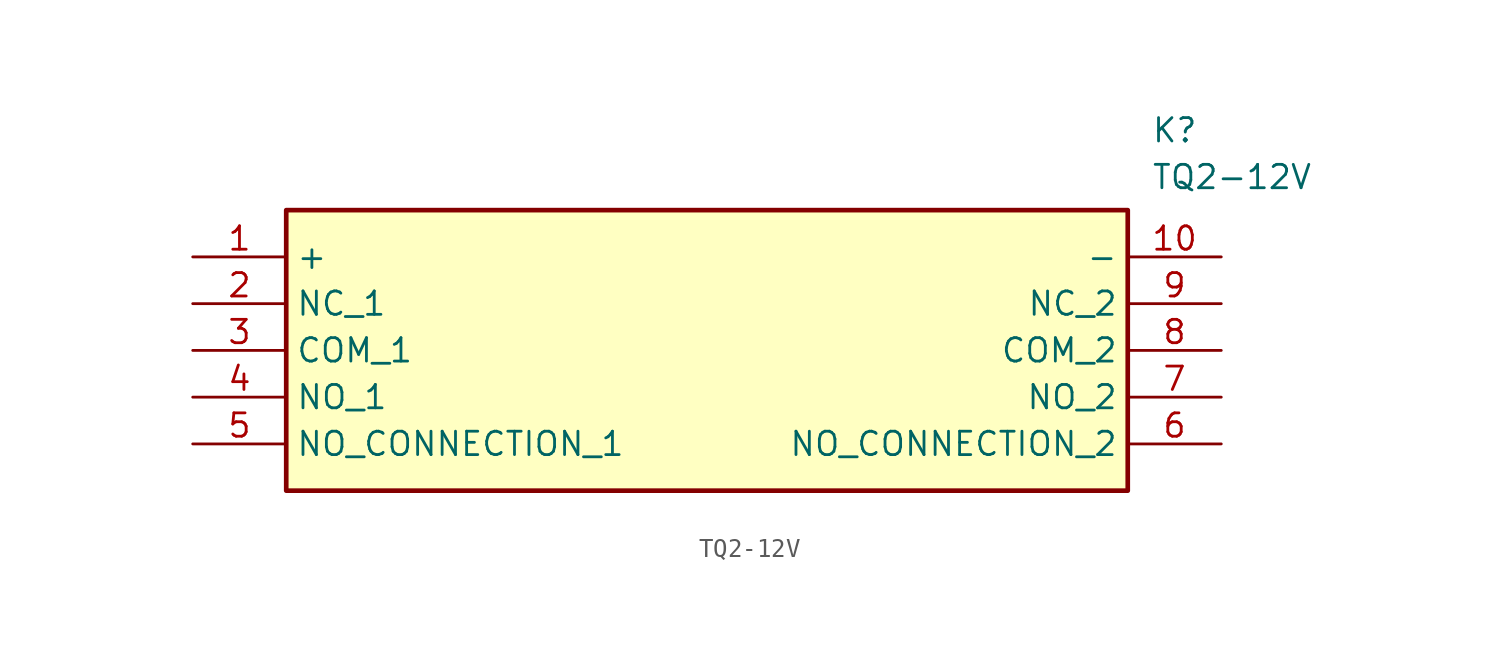
<source format=kicad_sym>
(kicad_symbol_lib
  (version 20211014)
  (generator SamacSys_ECAD_Model)
  (symbol "TQ2-12V"
    (property "Reference" "K"
      (at 52.07 7.62 0)
      (effects (font (size 1.27 1.27)) (justify left top)))
    (property "Value" "TQ2-12V"
      (at 52.07 5.08 0)
      (effects (font (size 1.27 1.27)) (justify left top)))
    (rectangle
      (start 5.08 2.54)
      (end 50.8 -12.7)
      (stroke (width 0.254) (type default))
      (fill (type background)))
    (pin passive line
      (at 0 0 0)
      (length 5.08)
      (name "+" (effects (font (size 1.27 1.27))))
      (number "1" (effects (font (size 1.27 1.27)))))
    (pin passive line
      (at 0 -2.54 0)
      (length 5.08)
      (name "NC_1" (effects (font (size 1.27 1.27))))
      (number "2" (effects (font (size 1.27 1.27)))))
    (pin passive line
      (at 0 -5.08 0)
      (length 5.08)
      (name "COM_1" (effects (font (size 1.27 1.27))))
      (number "3" (effects (font (size 1.27 1.27)))))
    (pin passive line
      (at 0 -7.62 0)
      (length 5.08)
      (name "NO_1" (effects (font (size 1.27 1.27))))
      (number "4" (effects (font (size 1.27 1.27)))))
    (pin passive line
      (at 0 -10.16 0)
      (length 5.08)
      (name "NO_CONNECTION_1" (effects (font (size 1.27 1.27))))
      (number "5" (effects (font (size 1.27 1.27)))))
    (pin passive line
      (at 55.88 0 180)
      (length 5.08)
      (name "-" (effects (font (size 1.27 1.27))))
      (number "10" (effects (font (size 1.27 1.27)))))
    (pin passive line
      (at 55.88 -2.54 180)
      (length 5.08)
      (name "NC_2" (effects (font (size 1.27 1.27))))
      (number "9" (effects (font (size 1.27 1.27)))))
    (pin passive line
      (at 55.88 -5.08 180)
      (length 5.08)
      (name "COM_2" (effects (font (size 1.27 1.27))))
      (number "8" (effects (font (size 1.27 1.27)))))
    (pin passive line
      (at 55.88 -7.62 180)
      (length 5.08)
      (name "NO_2" (effects (font (size 1.27 1.27))))
      (number "7" (effects (font (size 1.27 1.27)))))
    (pin passive line
      (at 55.88 -10.16 180)
      (length 5.08)
      (name "NO_CONNECTION_2" (effects (font (size 1.27 1.27))))
      (number "6" (effects (font (size 1.27 1.27)))))))
</source>
